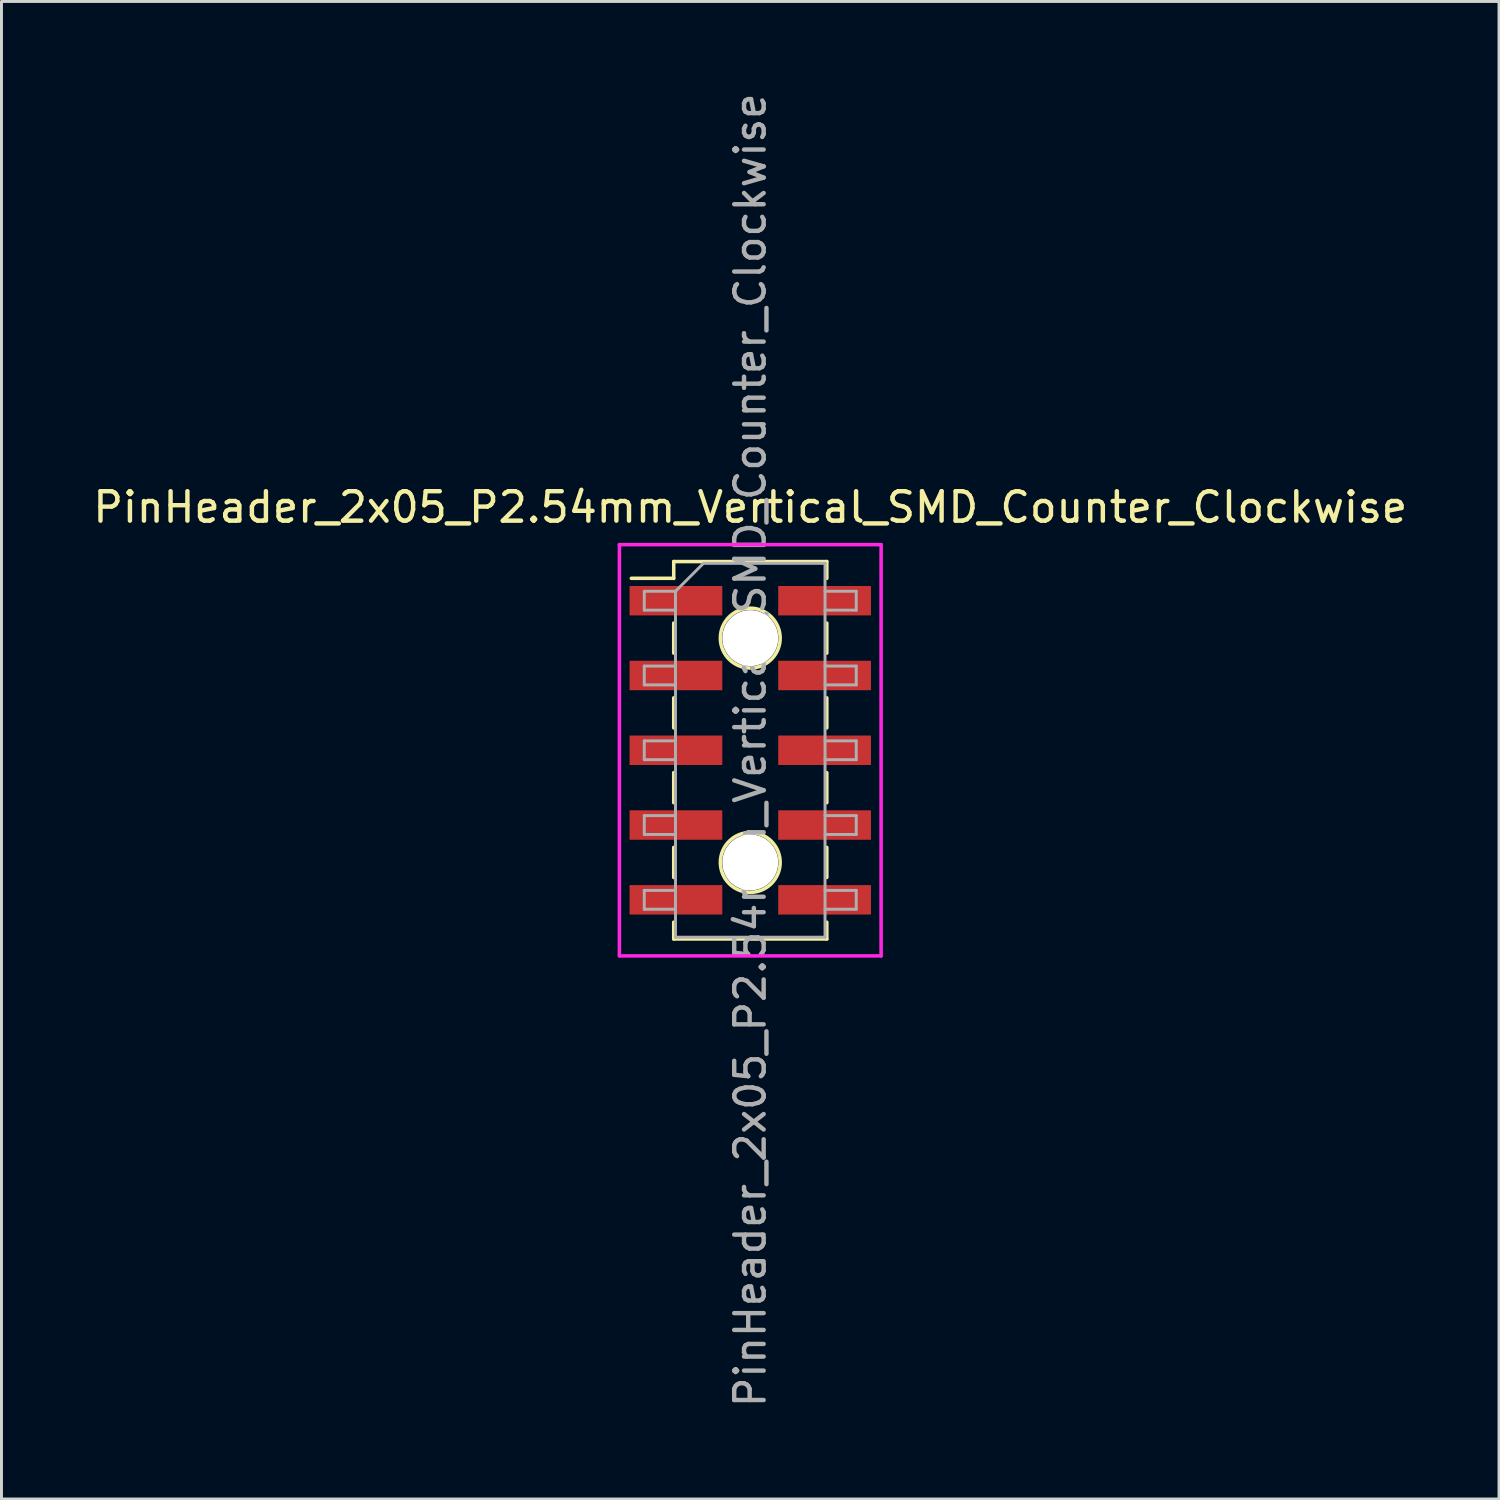
<source format=kicad_pcb>
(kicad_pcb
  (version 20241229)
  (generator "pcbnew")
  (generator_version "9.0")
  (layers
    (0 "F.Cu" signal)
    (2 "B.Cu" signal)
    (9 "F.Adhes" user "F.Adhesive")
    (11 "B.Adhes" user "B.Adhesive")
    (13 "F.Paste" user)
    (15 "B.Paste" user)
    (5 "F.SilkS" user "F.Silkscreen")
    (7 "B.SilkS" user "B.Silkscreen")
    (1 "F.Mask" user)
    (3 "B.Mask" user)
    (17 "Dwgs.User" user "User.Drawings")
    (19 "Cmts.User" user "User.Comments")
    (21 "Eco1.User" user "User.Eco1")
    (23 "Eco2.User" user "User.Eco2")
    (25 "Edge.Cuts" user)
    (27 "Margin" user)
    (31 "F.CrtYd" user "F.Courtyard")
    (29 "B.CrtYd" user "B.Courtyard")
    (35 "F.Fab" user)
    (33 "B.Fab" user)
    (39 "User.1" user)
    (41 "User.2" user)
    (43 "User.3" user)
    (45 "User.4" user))
  (footprint "PinHeader_2x05_P2.54mm_Vertical_SMD_Counter_Clockwise"
    (layer "F.Cu")
    (at 22.435 22.435)
    (property "Reference" "PinHeader_2x05_P2.54mm_Vertical_SMD_Counter_Clockwise" (at 0 -8.255 0) (layer "F.SilkS") (effects (font (size 1 1) (thickness 0.15))))
    (attr smd)
    (fp_line (start -4.04 -5.84) (end -2.6 -5.84) (stroke (width 0.12) (type solid)) (layer "F.SilkS"))
    (fp_line (start -2.6 -6.41) (end -2.6 -5.84) (stroke (width 0.12) (type solid)) (layer "F.SilkS"))
    (fp_line (start -2.6 -6.41) (end 2.6 -6.41) (stroke (width 0.12) (type solid)) (layer "F.SilkS"))
    (fp_line (start -2.6 -4.32) (end -2.6 -3.3) (stroke (width 0.12) (type solid)) (layer "F.SilkS"))
    (fp_line (start -2.6 -1.78) (end -2.6 -0.76) (stroke (width 0.12) (type solid)) (layer "F.SilkS"))
    (fp_line (start -2.6 0.76) (end -2.6 1.78) (stroke (width 0.12) (type solid)) (layer "F.SilkS"))
    (fp_line (start -2.6 3.3) (end -2.6 4.32) (stroke (width 0.12) (type solid)) (layer "F.SilkS"))
    (fp_line (start -2.6 5.84) (end -2.6 6.41) (stroke (width 0.12) (type solid)) (layer "F.SilkS"))
    (fp_line (start -2.6 6.41) (end 2.6 6.41) (stroke (width 0.12) (type solid)) (layer "F.SilkS"))
    (fp_line (start 2.6 -6.41) (end 2.6 -5.84) (stroke (width 0.12) (type solid)) (layer "F.SilkS"))
    (fp_line (start 2.6 -4.32) (end 2.6 -3.3) (stroke (width 0.12) (type solid)) (layer "F.SilkS"))
    (fp_line (start 2.6 -1.78) (end 2.6 -0.76) (stroke (width 0.12) (type solid)) (layer "F.SilkS"))
    (fp_line (start 2.6 0.76) (end 2.6 1.78) (stroke (width 0.12) (type solid)) (layer "F.SilkS"))
    (fp_line (start 2.6 3.3) (end 2.6 4.32) (stroke (width 0.12) (type solid)) (layer "F.SilkS"))
    (fp_line (start 2.6 5.84) (end 2.6 6.41) (stroke (width 0.12) (type solid)) (layer "F.SilkS"))
    (fp_circle (center 0 -3.81) (end -1.016 -3.81) (stroke (width 0.12) (type solid)) (fill no) (layer "F.SilkS"))
    (fp_circle (center 0 3.81) (end -1.016 3.81) (stroke (width 0.12) (type solid)) (fill no) (layer "F.SilkS"))
    (fp_line (start -4.445 -6.985) (end -4.445 6.985) (stroke (width 0.12) (type solid)) (layer "F.CrtYd"))
    (fp_line (start -4.445 6.985) (end 4.445 6.985) (stroke (width 0.12) (type solid)) (layer "F.CrtYd"))
    (fp_line (start 4.445 -6.985) (end -4.445 -6.985) (stroke (width 0.12) (type solid)) (layer "F.CrtYd"))
    (fp_line (start 4.445 6.985) (end 4.445 -6.985) (stroke (width 0.12) (type solid)) (layer "F.CrtYd"))
    (fp_line (start -3.6 -5.4) (end -3.6 -4.76) (stroke (width 0.1) (type solid)) (layer "F.Fab"))
    (fp_line (start -3.6 -4.76) (end -2.54 -4.76) (stroke (width 0.1) (type solid)) (layer "F.Fab"))
    (fp_line (start -3.6 -2.86) (end -3.6 -2.22) (stroke (width 0.1) (type solid)) (layer "F.Fab"))
    (fp_line (start -3.6 -2.22) (end -2.54 -2.22) (stroke (width 0.1) (type solid)) (layer "F.Fab"))
    (fp_line (start -3.6 -0.32) (end -3.6 0.32) (stroke (width 0.1) (type solid)) (layer "F.Fab"))
    (fp_line (start -3.6 0.32) (end -2.54 0.32) (stroke (width 0.1) (type solid)) (layer "F.Fab"))
    (fp_line (start -3.6 2.22) (end -3.6 2.86) (stroke (width 0.1) (type solid)) (layer "F.Fab"))
    (fp_line (start -3.6 2.86) (end -2.54 2.86) (stroke (width 0.1) (type solid)) (layer "F.Fab"))
    (fp_line (start -3.6 4.76) (end -3.6 5.4) (stroke (width 0.1) (type solid)) (layer "F.Fab"))
    (fp_line (start -3.6 5.4) (end -2.54 5.4) (stroke (width 0.1) (type solid)) (layer "F.Fab"))
    (fp_line (start -2.54 -5.4) (end -3.6 -5.4) (stroke (width 0.1) (type solid)) (layer "F.Fab"))
    (fp_line (start -2.54 -5.4) (end -1.59 -6.35) (stroke (width 0.1) (type solid)) (layer "F.Fab"))
    (fp_line (start -2.54 -2.86) (end -3.6 -2.86) (stroke (width 0.1) (type solid)) (layer "F.Fab"))
    (fp_line (start -2.54 -0.32) (end -3.6 -0.32) (stroke (width 0.1) (type solid)) (layer "F.Fab"))
    (fp_line (start -2.54 2.22) (end -3.6 2.22) (stroke (width 0.1) (type solid)) (layer "F.Fab"))
    (fp_line (start -2.54 4.76) (end -3.6 4.76) (stroke (width 0.1) (type solid)) (layer "F.Fab"))
    (fp_line (start -2.54 6.35) (end -2.54 -5.4) (stroke (width 0.1) (type solid)) (layer "F.Fab"))
    (fp_line (start -1.59 -6.35) (end 2.54 -6.35) (stroke (width 0.1) (type solid)) (layer "F.Fab"))
    (fp_line (start 2.54 -6.35) (end 2.54 6.35) (stroke (width 0.1) (type solid)) (layer "F.Fab"))
    (fp_line (start 2.54 -5.4) (end 3.6 -5.4) (stroke (width 0.1) (type solid)) (layer "F.Fab"))
    (fp_line (start 2.54 -2.86) (end 3.6 -2.86) (stroke (width 0.1) (type solid)) (layer "F.Fab"))
    (fp_line (start 2.54 -0.32) (end 3.6 -0.32) (stroke (width 0.1) (type solid)) (layer "F.Fab"))
    (fp_line (start 2.54 2.22) (end 3.6 2.22) (stroke (width 0.1) (type solid)) (layer "F.Fab"))
    (fp_line (start 2.54 4.76) (end 3.6 4.76) (stroke (width 0.1) (type solid)) (layer "F.Fab"))
    (fp_line (start 2.54 6.35) (end -2.54 6.35) (stroke (width 0.1) (type solid)) (layer "F.Fab"))
    (fp_line (start 3.6 -5.4) (end 3.6 -4.76) (stroke (width 0.1) (type solid)) (layer "F.Fab"))
    (fp_line (start 3.6 -4.76) (end 2.54 -4.76) (stroke (width 0.1) (type solid)) (layer "F.Fab"))
    (fp_line (start 3.6 -2.86) (end 3.6 -2.22) (stroke (width 0.1) (type solid)) (layer "F.Fab"))
    (fp_line (start 3.6 -2.22) (end 2.54 -2.22) (stroke (width 0.1) (type solid)) (layer "F.Fab"))
    (fp_line (start 3.6 -0.32) (end 3.6 0.32) (stroke (width 0.1) (type solid)) (layer "F.Fab"))
    (fp_line (start 3.6 0.32) (end 2.54 0.32) (stroke (width 0.1) (type solid)) (layer "F.Fab"))
    (fp_line (start 3.6 2.22) (end 3.6 2.86) (stroke (width 0.1) (type solid)) (layer "F.Fab"))
    (fp_line (start 3.6 2.86) (end 2.54 2.86) (stroke (width 0.1) (type solid)) (layer "F.Fab"))
    (fp_line (start 3.6 4.76) (end 3.6 5.4) (stroke (width 0.1) (type solid)) (layer "F.Fab"))
    (fp_line (start 3.6 5.4) (end 2.54 5.4) (stroke (width 0.1) (type solid)) (layer "F.Fab"))
    (fp_text user "${REFERENCE}" (at 0 0 90) (layer "F.Fab") (effects (font (size 1 1) (thickness 0.15))))
    (pad "" np_thru_hole circle (at 0 -3.81) (size 1.9 1.9) (drill 1.9) (layers "*.Cu" "*.Mask"))
    (pad "" np_thru_hole circle (at 0 3.81) (size 1.9 1.9) (drill 1.9) (layers "*.Cu" "*.Mask"))
    (pad "1" smd rect (at -2.525 -5.08) (size 3.15 1) (layers "F.Cu" "F.Mask" "F.Paste"))
    (pad "2" smd rect (at -2.525 -2.54) (size 3.15 1) (layers "F.Cu" "F.Mask" "F.Paste"))
    (pad "3" smd rect (at -2.525 0) (size 3.15 1) (layers "F.Cu" "F.Mask" "F.Paste"))
    (pad "4" smd rect (at -2.525 2.54) (size 3.15 1) (layers "F.Cu" "F.Mask" "F.Paste"))
    (pad "5" smd rect (at -2.525 5.08) (size 3.15 1) (layers "F.Cu" "F.Mask" "F.Paste"))
    (pad "6" smd rect (at 2.525 5.08) (size 3.15 1) (layers "F.Cu" "F.Mask" "F.Paste"))
    (pad "7" smd rect (at 2.525 2.54) (size 3.15 1) (layers "F.Cu" "F.Mask" "F.Paste"))
    (pad "8" smd rect (at 2.525 0) (size 3.15 1) (layers "F.Cu" "F.Mask" "F.Paste"))
    (pad "9" smd rect (at 2.525 -2.54) (size 3.15 1) (layers "F.Cu" "F.Mask" "F.Paste"))
    (pad "10" smd rect (at 2.525 -5.08) (size 3.15 1) (layers "F.Cu" "F.Mask" "F.Paste")))
  (gr_rect
    (start -3 -3)
    (end 47.869 47.869)
    (stroke (width 0.1) (type default))
    (fill no)
    (layer "Edge.Cuts")))
</source>
